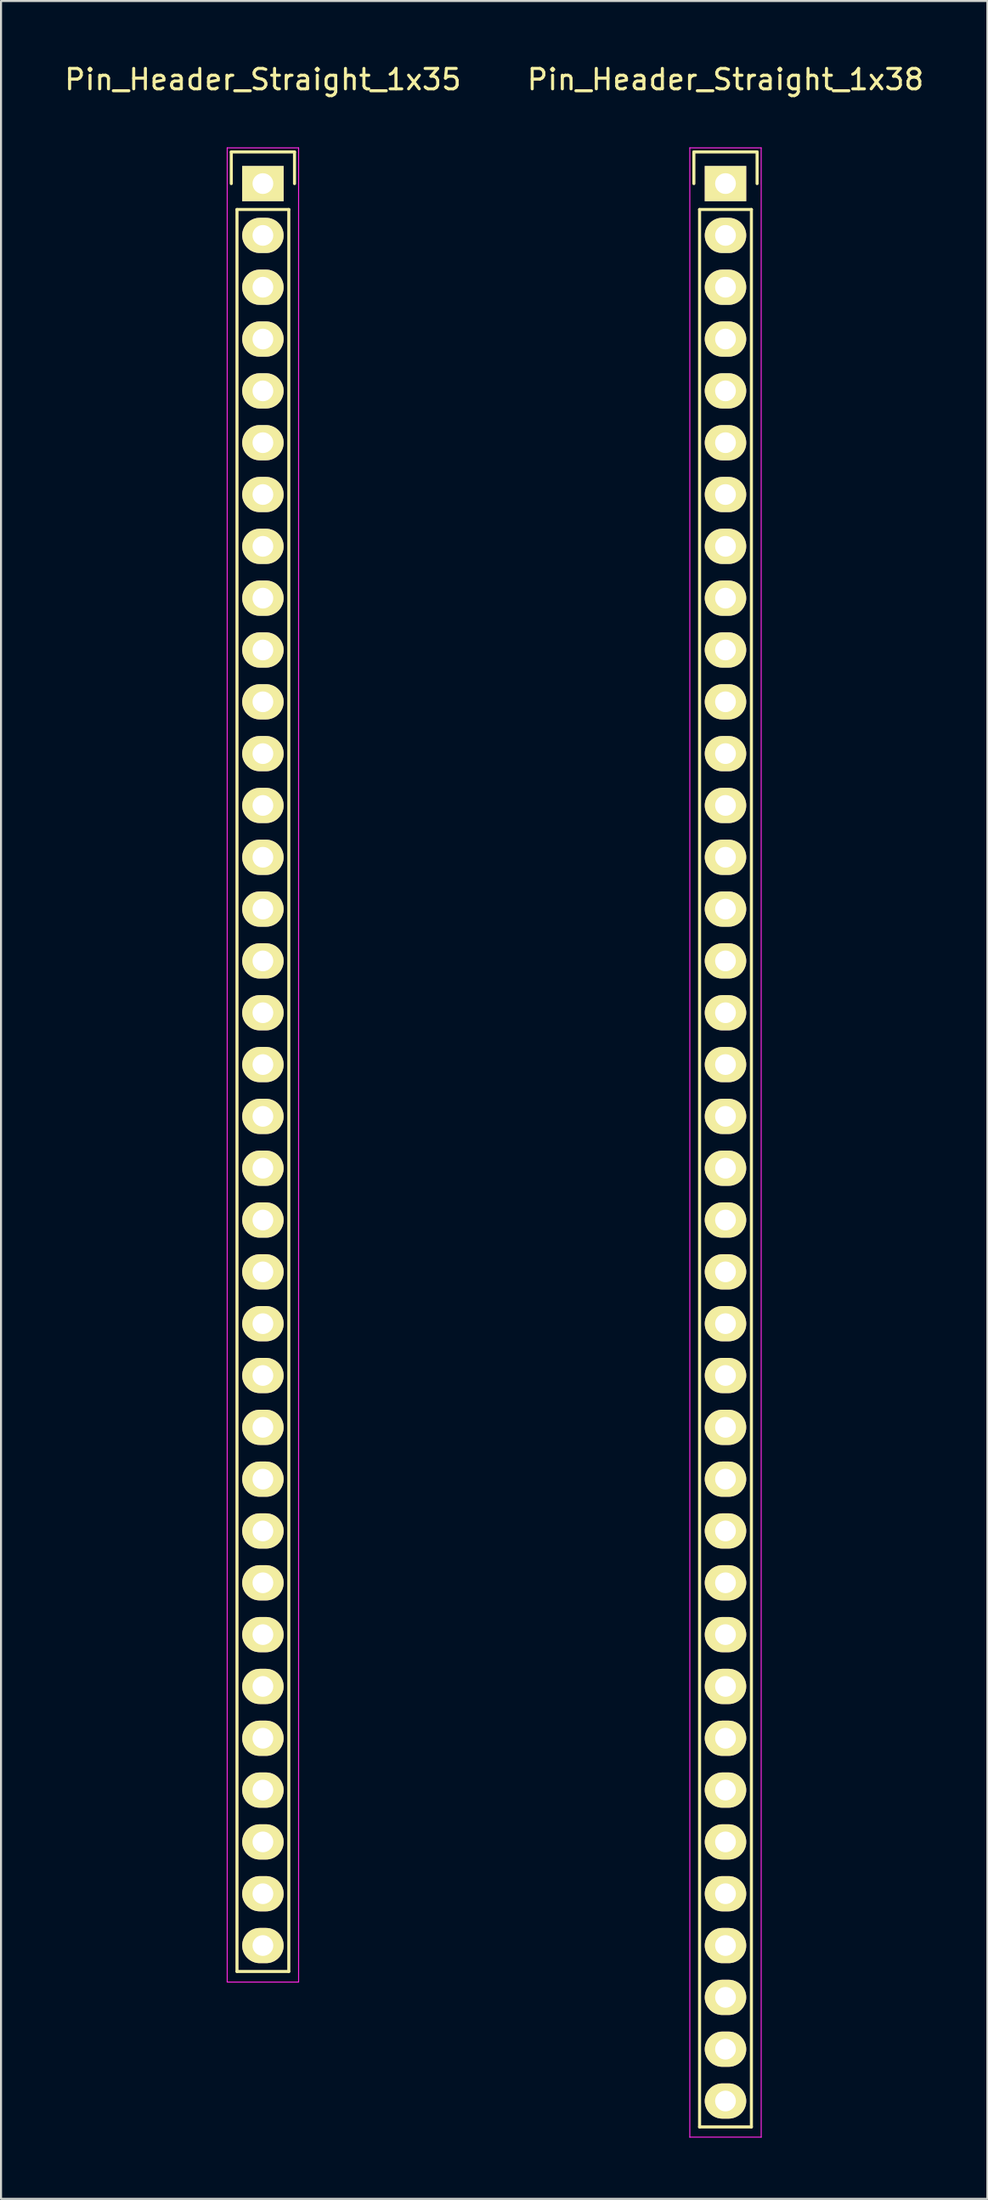
<source format=kicad_pcb>
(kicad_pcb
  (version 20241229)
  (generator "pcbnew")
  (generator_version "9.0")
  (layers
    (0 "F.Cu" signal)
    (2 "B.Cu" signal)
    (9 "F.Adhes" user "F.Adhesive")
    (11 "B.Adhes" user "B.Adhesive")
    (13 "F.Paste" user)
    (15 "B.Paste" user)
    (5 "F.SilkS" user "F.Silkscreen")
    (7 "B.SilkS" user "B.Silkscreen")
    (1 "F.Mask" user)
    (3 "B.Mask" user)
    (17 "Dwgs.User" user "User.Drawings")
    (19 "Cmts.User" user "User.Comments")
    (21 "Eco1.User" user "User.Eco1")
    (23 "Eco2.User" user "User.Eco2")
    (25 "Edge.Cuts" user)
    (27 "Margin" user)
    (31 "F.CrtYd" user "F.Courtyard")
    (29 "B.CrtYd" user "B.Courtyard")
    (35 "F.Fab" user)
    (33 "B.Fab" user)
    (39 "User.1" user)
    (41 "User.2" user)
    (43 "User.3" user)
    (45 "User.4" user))
  (footprint "Pin_Header_Straight_1x35"
    (layer "F.Cu")
    (at 9.839 5.948)
    (property "Reference" "Pin_Header_Straight_1x35" (at 0 -5.1 0) (layer "F.SilkS") (effects (font (size 1 1) (thickness 0.15))))
    (attr through_hole)
    (fp_line (start -1.55 -1.55) (end 1.55 -1.55) (stroke (width 0.15) (type solid)) (layer "F.SilkS"))
    (fp_line (start -1.55 0) (end -1.55 -1.55) (stroke (width 0.15) (type solid)) (layer "F.SilkS"))
    (fp_line (start -1.27 1.27) (end -1.27 87.63) (stroke (width 0.15) (type solid)) (layer "F.SilkS"))
    (fp_line (start -1.27 87.63) (end 1.27 87.63) (stroke (width 0.15) (type solid)) (layer "F.SilkS"))
    (fp_line (start 1.27 1.27) (end -1.27 1.27) (stroke (width 0.15) (type solid)) (layer "F.SilkS"))
    (fp_line (start 1.27 87.63) (end 1.27 1.27) (stroke (width 0.15) (type solid)) (layer "F.SilkS"))
    (fp_line (start 1.55 -1.55) (end 1.55 0) (stroke (width 0.15) (type solid)) (layer "F.SilkS"))
    (fp_line (start -1.75 -1.75) (end -1.75 88.15) (stroke (width 0.05) (type solid)) (layer "F.CrtYd"))
    (fp_line (start -1.75 -1.75) (end 1.75 -1.75) (stroke (width 0.05) (type solid)) (layer "F.CrtYd"))
    (fp_line (start -1.75 88.15) (end 1.75 88.15) (stroke (width 0.05) (type solid)) (layer "F.CrtYd"))
    (fp_line (start 1.75 -1.75) (end 1.75 88.15) (stroke (width 0.05) (type solid)) (layer "F.CrtYd"))
    (pad "1" thru_hole rect (at 0 0) (size 2.032 1.727) (drill 1.016) (layers "*.Cu" "*.Mask" "F.SilkS"))
    (pad "2" thru_hole oval (at 0 2.54) (size 2.032 1.727) (drill 1.016) (layers "*.Cu" "*.Mask" "F.SilkS"))
    (pad "3" thru_hole oval (at 0 5.08) (size 2.032 1.727) (drill 1.016) (layers "*.Cu" "*.Mask" "F.SilkS"))
    (pad "4" thru_hole oval (at 0 7.62) (size 2.032 1.727) (drill 1.016) (layers "*.Cu" "*.Mask" "F.SilkS"))
    (pad "5" thru_hole oval (at 0 10.16) (size 2.032 1.727) (drill 1.016) (layers "*.Cu" "*.Mask" "F.SilkS"))
    (pad "6" thru_hole oval (at 0 12.7) (size 2.032 1.727) (drill 1.016) (layers "*.Cu" "*.Mask" "F.SilkS"))
    (pad "7" thru_hole oval (at 0 15.24) (size 2.032 1.727) (drill 1.016) (layers "*.Cu" "*.Mask" "F.SilkS"))
    (pad "8" thru_hole oval (at 0 17.78) (size 2.032 1.727) (drill 1.016) (layers "*.Cu" "*.Mask" "F.SilkS"))
    (pad "9" thru_hole oval (at 0 20.32) (size 2.032 1.727) (drill 1.016) (layers "*.Cu" "*.Mask" "F.SilkS"))
    (pad "10" thru_hole oval (at 0 22.86) (size 2.032 1.727) (drill 1.016) (layers "*.Cu" "*.Mask" "F.SilkS"))
    (pad "11" thru_hole oval (at 0 25.4) (size 2.032 1.727) (drill 1.016) (layers "*.Cu" "*.Mask" "F.SilkS"))
    (pad "12" thru_hole oval (at 0 27.94) (size 2.032 1.727) (drill 1.016) (layers "*.Cu" "*.Mask" "F.SilkS"))
    (pad "13" thru_hole oval (at 0 30.48) (size 2.032 1.727) (drill 1.016) (layers "*.Cu" "*.Mask" "F.SilkS"))
    (pad "14" thru_hole oval (at 0 33.02) (size 2.032 1.727) (drill 1.016) (layers "*.Cu" "*.Mask" "F.SilkS"))
    (pad "15" thru_hole oval (at 0 35.56) (size 2.032 1.727) (drill 1.016) (layers "*.Cu" "*.Mask" "F.SilkS"))
    (pad "16" thru_hole oval (at 0 38.1) (size 2.032 1.727) (drill 1.016) (layers "*.Cu" "*.Mask" "F.SilkS"))
    (pad "17" thru_hole oval (at 0 40.64) (size 2.032 1.727) (drill 1.016) (layers "*.Cu" "*.Mask" "F.SilkS"))
    (pad "18" thru_hole oval (at 0 43.18) (size 2.032 1.727) (drill 1.016) (layers "*.Cu" "*.Mask" "F.SilkS"))
    (pad "19" thru_hole oval (at 0 45.72) (size 2.032 1.727) (drill 1.016) (layers "*.Cu" "*.Mask" "F.SilkS"))
    (pad "20" thru_hole oval (at 0 48.26) (size 2.032 1.727) (drill 1.016) (layers "*.Cu" "*.Mask" "F.SilkS"))
    (pad "21" thru_hole oval (at 0 50.8) (size 2.032 1.727) (drill 1.016) (layers "*.Cu" "*.Mask" "F.SilkS"))
    (pad "22" thru_hole oval (at 0 53.34) (size 2.032 1.727) (drill 1.016) (layers "*.Cu" "*.Mask" "F.SilkS"))
    (pad "23" thru_hole oval (at 0 55.88) (size 2.032 1.727) (drill 1.016) (layers "*.Cu" "*.Mask" "F.SilkS"))
    (pad "24" thru_hole oval (at 0 58.42) (size 2.032 1.727) (drill 1.016) (layers "*.Cu" "*.Mask" "F.SilkS"))
    (pad "25" thru_hole oval (at 0 60.96) (size 2.032 1.727) (drill 1.016) (layers "*.Cu" "*.Mask" "F.SilkS"))
    (pad "26" thru_hole oval (at 0 63.5) (size 2.032 1.727) (drill 1.016) (layers "*.Cu" "*.Mask" "F.SilkS"))
    (pad "27" thru_hole oval (at 0 66.04) (size 2.032 1.727) (drill 1.016) (layers "*.Cu" "*.Mask" "F.SilkS"))
    (pad "28" thru_hole oval (at 0 68.58) (size 2.032 1.727) (drill 1.016) (layers "*.Cu" "*.Mask" "F.SilkS"))
    (pad "29" thru_hole oval (at 0 71.12) (size 2.032 1.727) (drill 1.016) (layers "*.Cu" "*.Mask" "F.SilkS"))
    (pad "30" thru_hole oval (at 0 73.66) (size 2.032 1.727) (drill 1.016) (layers "*.Cu" "*.Mask" "F.SilkS"))
    (pad "31" thru_hole oval (at 0 76.2) (size 2.032 1.727) (drill 1.016) (layers "*.Cu" "*.Mask" "F.SilkS"))
    (pad "32" thru_hole oval (at 0 78.74) (size 2.032 1.727) (drill 1.016) (layers "*.Cu" "*.Mask" "F.SilkS"))
    (pad "33" thru_hole oval (at 0 81.28) (size 2.032 1.727) (drill 1.016) (layers "*.Cu" "*.Mask" "F.SilkS"))
    (pad "34" thru_hole oval (at 0 83.82) (size 2.032 1.727) (drill 1.016) (layers "*.Cu" "*.Mask" "F.SilkS"))
    (pad "35" thru_hole oval (at 0 86.36) (size 2.032 1.727) (drill 1.016) (layers "*.Cu" "*.Mask" "F.SilkS")))
  (footprint "Pin_Header_Straight_1x38"
    (layer "F.Cu")
    (at 32.518 5.948)
    (property "Reference" "Pin_Header_Straight_1x38" (at 0 -5.1 0) (layer "F.SilkS") (effects (font (size 1 1) (thickness 0.15))))
    (attr through_hole)
    (fp_line (start -1.55 -1.55) (end 1.55 -1.55) (stroke (width 0.15) (type solid)) (layer "F.SilkS"))
    (fp_line (start -1.55 0) (end -1.55 -1.55) (stroke (width 0.15) (type solid)) (layer "F.SilkS"))
    (fp_line (start -1.27 1.27) (end -1.27 95.25) (stroke (width 0.15) (type solid)) (layer "F.SilkS"))
    (fp_line (start -1.27 95.25) (end 1.27 95.25) (stroke (width 0.15) (type solid)) (layer "F.SilkS"))
    (fp_line (start 1.27 1.27) (end -1.27 1.27) (stroke (width 0.15) (type solid)) (layer "F.SilkS"))
    (fp_line (start 1.27 95.25) (end 1.27 1.27) (stroke (width 0.15) (type solid)) (layer "F.SilkS"))
    (fp_line (start 1.55 -1.55) (end 1.55 0) (stroke (width 0.15) (type solid)) (layer "F.SilkS"))
    (fp_line (start -1.75 -1.75) (end -1.75 95.75) (stroke (width 0.05) (type solid)) (layer "F.CrtYd"))
    (fp_line (start -1.75 -1.75) (end 1.75 -1.75) (stroke (width 0.05) (type solid)) (layer "F.CrtYd"))
    (fp_line (start -1.75 95.75) (end 1.75 95.75) (stroke (width 0.05) (type solid)) (layer "F.CrtYd"))
    (fp_line (start 1.75 -1.75) (end 1.75 95.75) (stroke (width 0.05) (type solid)) (layer "F.CrtYd"))
    (pad "1" thru_hole rect (at 0 0) (size 2.032 1.727) (drill 1.016) (layers "*.Cu" "*.Mask" "F.SilkS"))
    (pad "2" thru_hole oval (at 0 2.54) (size 2.032 1.727) (drill 1.016) (layers "*.Cu" "*.Mask" "F.SilkS"))
    (pad "3" thru_hole oval (at 0 5.08) (size 2.032 1.727) (drill 1.016) (layers "*.Cu" "*.Mask" "F.SilkS"))
    (pad "4" thru_hole oval (at 0 7.62) (size 2.032 1.727) (drill 1.016) (layers "*.Cu" "*.Mask" "F.SilkS"))
    (pad "5" thru_hole oval (at 0 10.16) (size 2.032 1.727) (drill 1.016) (layers "*.Cu" "*.Mask" "F.SilkS"))
    (pad "6" thru_hole oval (at 0 12.7) (size 2.032 1.727) (drill 1.016) (layers "*.Cu" "*.Mask" "F.SilkS"))
    (pad "7" thru_hole oval (at 0 15.24) (size 2.032 1.727) (drill 1.016) (layers "*.Cu" "*.Mask" "F.SilkS"))
    (pad "8" thru_hole oval (at 0 17.78) (size 2.032 1.727) (drill 1.016) (layers "*.Cu" "*.Mask" "F.SilkS"))
    (pad "9" thru_hole oval (at 0 20.32) (size 2.032 1.727) (drill 1.016) (layers "*.Cu" "*.Mask" "F.SilkS"))
    (pad "10" thru_hole oval (at 0 22.86) (size 2.032 1.727) (drill 1.016) (layers "*.Cu" "*.Mask" "F.SilkS"))
    (pad "11" thru_hole oval (at 0 25.4) (size 2.032 1.727) (drill 1.016) (layers "*.Cu" "*.Mask" "F.SilkS"))
    (pad "12" thru_hole oval (at 0 27.94) (size 2.032 1.727) (drill 1.016) (layers "*.Cu" "*.Mask" "F.SilkS"))
    (pad "13" thru_hole oval (at 0 30.48) (size 2.032 1.727) (drill 1.016) (layers "*.Cu" "*.Mask" "F.SilkS"))
    (pad "14" thru_hole oval (at 0 33.02) (size 2.032 1.727) (drill 1.016) (layers "*.Cu" "*.Mask" "F.SilkS"))
    (pad "15" thru_hole oval (at 0 35.56) (size 2.032 1.727) (drill 1.016) (layers "*.Cu" "*.Mask" "F.SilkS"))
    (pad "16" thru_hole oval (at 0 38.1) (size 2.032 1.727) (drill 1.016) (layers "*.Cu" "*.Mask" "F.SilkS"))
    (pad "17" thru_hole oval (at 0 40.64) (size 2.032 1.727) (drill 1.016) (layers "*.Cu" "*.Mask" "F.SilkS"))
    (pad "18" thru_hole oval (at 0 43.18) (size 2.032 1.727) (drill 1.016) (layers "*.Cu" "*.Mask" "F.SilkS"))
    (pad "19" thru_hole oval (at 0 45.72) (size 2.032 1.727) (drill 1.016) (layers "*.Cu" "*.Mask" "F.SilkS"))
    (pad "20" thru_hole oval (at 0 48.26) (size 2.032 1.727) (drill 1.016) (layers "*.Cu" "*.Mask" "F.SilkS"))
    (pad "21" thru_hole oval (at 0 50.8) (size 2.032 1.727) (drill 1.016) (layers "*.Cu" "*.Mask" "F.SilkS"))
    (pad "22" thru_hole oval (at 0 53.34) (size 2.032 1.727) (drill 1.016) (layers "*.Cu" "*.Mask" "F.SilkS"))
    (pad "23" thru_hole oval (at 0 55.88) (size 2.032 1.727) (drill 1.016) (layers "*.Cu" "*.Mask" "F.SilkS"))
    (pad "24" thru_hole oval (at 0 58.42) (size 2.032 1.727) (drill 1.016) (layers "*.Cu" "*.Mask" "F.SilkS"))
    (pad "25" thru_hole oval (at 0 60.96) (size 2.032 1.727) (drill 1.016) (layers "*.Cu" "*.Mask" "F.SilkS"))
    (pad "26" thru_hole oval (at 0 63.5) (size 2.032 1.727) (drill 1.016) (layers "*.Cu" "*.Mask" "F.SilkS"))
    (pad "27" thru_hole oval (at 0 66.04) (size 2.032 1.727) (drill 1.016) (layers "*.Cu" "*.Mask" "F.SilkS"))
    (pad "28" thru_hole oval (at 0 68.58) (size 2.032 1.727) (drill 1.016) (layers "*.Cu" "*.Mask" "F.SilkS"))
    (pad "29" thru_hole oval (at 0 71.12) (size 2.032 1.727) (drill 1.016) (layers "*.Cu" "*.Mask" "F.SilkS"))
    (pad "30" thru_hole oval (at 0 73.66) (size 2.032 1.727) (drill 1.016) (layers "*.Cu" "*.Mask" "F.SilkS"))
    (pad "31" thru_hole oval (at 0 76.2) (size 2.032 1.727) (drill 1.016) (layers "*.Cu" "*.Mask" "F.SilkS"))
    (pad "32" thru_hole oval (at 0 78.74) (size 2.032 1.727) (drill 1.016) (layers "*.Cu" "*.Mask" "F.SilkS"))
    (pad "33" thru_hole oval (at 0 81.28) (size 2.032 1.727) (drill 1.016) (layers "*.Cu" "*.Mask" "F.SilkS"))
    (pad "34" thru_hole oval (at 0 83.82) (size 2.032 1.727) (drill 1.016) (layers "*.Cu" "*.Mask" "F.SilkS"))
    (pad "35" thru_hole oval (at 0 86.36) (size 2.032 1.727) (drill 1.016) (layers "*.Cu" "*.Mask" "F.SilkS"))
    (pad "36" thru_hole oval (at 0 88.9) (size 2.032 1.727) (drill 1.016) (layers "*.Cu" "*.Mask" "F.SilkS"))
    (pad "37" thru_hole oval (at 0 91.44) (size 2.032 1.727) (drill 1.016) (layers "*.Cu" "*.Mask" "F.SilkS"))
    (pad "38" thru_hole oval (at 0 93.98) (size 2.032 1.727) (drill 1.016) (layers "*.Cu" "*.Mask" "F.SilkS")))
  (gr_rect
    (start -3 -3)
    (end 45.357 104.723)
    (stroke (width 0.1) (type default))
    (fill no)
    (layer "Edge.Cuts")))
</source>
